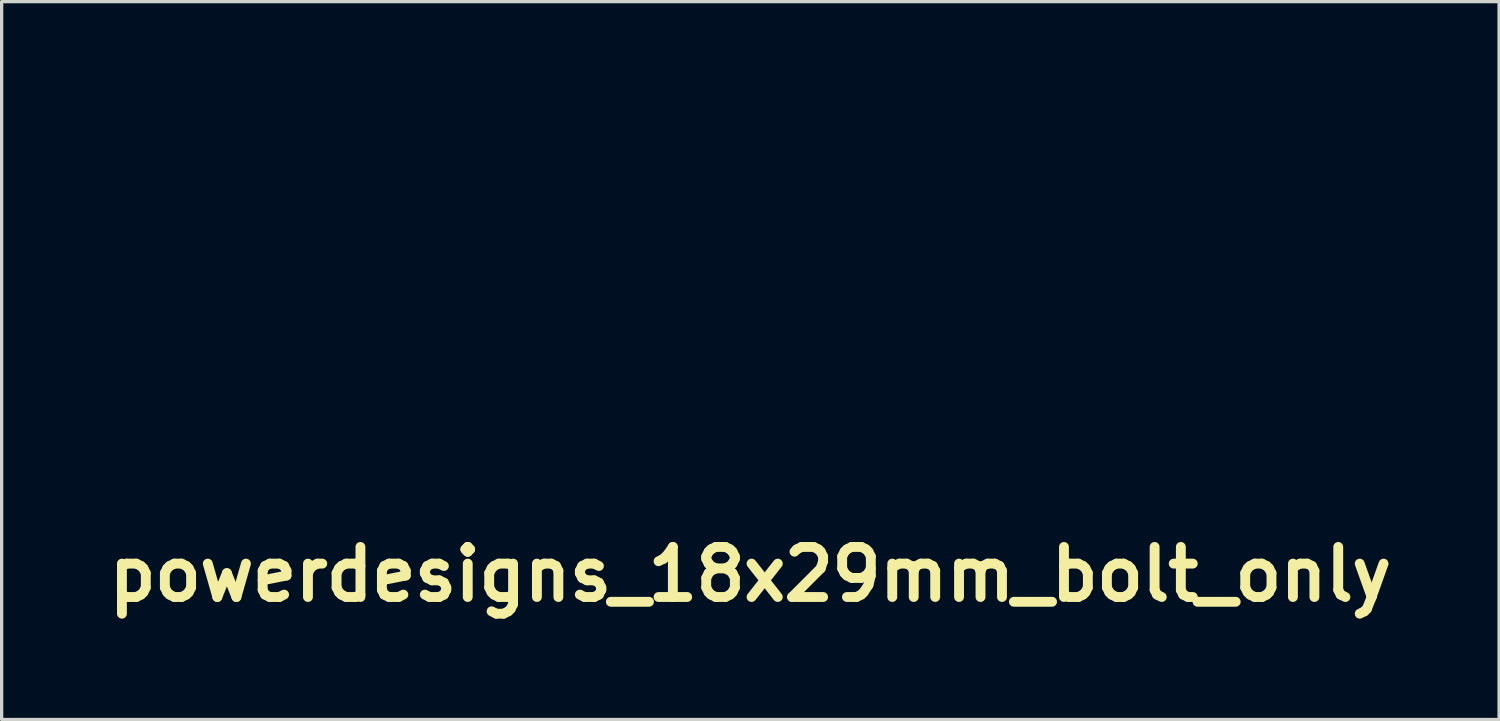
<source format=kicad_pcb>
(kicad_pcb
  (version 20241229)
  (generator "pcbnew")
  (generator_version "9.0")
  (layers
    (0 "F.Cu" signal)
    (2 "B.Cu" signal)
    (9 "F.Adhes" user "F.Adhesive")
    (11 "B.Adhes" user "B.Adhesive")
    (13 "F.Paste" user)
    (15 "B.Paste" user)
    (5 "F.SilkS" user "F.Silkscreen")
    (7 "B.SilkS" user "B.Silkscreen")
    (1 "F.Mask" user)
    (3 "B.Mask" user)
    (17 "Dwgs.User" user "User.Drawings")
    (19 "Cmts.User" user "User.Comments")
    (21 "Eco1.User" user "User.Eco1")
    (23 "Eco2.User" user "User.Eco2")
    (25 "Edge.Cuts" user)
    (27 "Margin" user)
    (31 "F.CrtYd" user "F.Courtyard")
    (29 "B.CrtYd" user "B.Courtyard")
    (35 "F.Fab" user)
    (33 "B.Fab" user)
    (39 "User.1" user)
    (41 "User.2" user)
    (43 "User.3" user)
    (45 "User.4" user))
  (footprint "powerdesigns_18x29mm_bolt_only"
    (layer "F.Cu")
    (at 19.783 14.427)
    (property "Reference" "powerdesigns_18x29mm_bolt_only" (at 0 0 0) (layer "F.SilkS") (effects (font (size 1.524 1.524) (thickness 0.3))))
    (attr through_hole)
    (fp_poly (pts (xy 3.151 -14.259) (xy 3.209 -14.165) (xy 3.257 -14.079) (xy 3.282 -14.026) (xy 3.284 -14.01) (xy 3.28 -13.984) (xy 3.269 -13.945) (xy 3.248 -13.89) (xy 3.218 -13.816) (xy 3.175 -13.721) (xy 3.12 -13.602) (xy 3.05 -13.455) (xy 2.964 -13.278) (xy 2.861 -13.068) (xy 2.74 -12.821) (xy 2.598 -12.536) (xy 2.435 -12.208) (xy 2.249 -11.836) (xy 2.064 -11.465) (xy 1.889 -11.115) (xy 1.721 -10.779) (xy 1.562 -10.461) (xy 1.414 -10.164) (xy 1.279 -9.892) (xy 1.157 -9.648) (xy 1.052 -9.436) (xy 0.964 -9.258) (xy 0.895 -9.119) (xy 0.847 -9.021) (xy 0.822 -8.969) (xy 0.818 -8.961) (xy 0.846 -8.958) (xy 0.925 -8.956) (xy 1.051 -8.954) (xy 1.219 -8.952) (xy 1.424 -8.95) (xy 1.662 -8.949) (xy 1.927 -8.947) (xy 2.215 -8.947) (xy 2.522 -8.946) (xy 2.57 -8.946) (xy 4.322 -8.946) (xy 4.434 -8.706) (xy 4.486 -8.593) (xy 4.517 -8.52) (xy 4.528 -8.472) (xy 4.522 -8.439) (xy 4.501 -8.408) (xy 4.496 -8.401) (xy 4.47 -8.371) (xy 4.41 -8.3) (xy 4.319 -8.194) (xy 4.2 -8.054) (xy 4.055 -7.885) (xy 3.887 -7.69) (xy 3.699 -7.472) (xy 3.495 -7.234) (xy 3.276 -6.979) (xy 3.046 -6.712) (xy 2.916 -6.561) (xy 2.676 -6.282) (xy 2.405 -5.967) (xy 2.107 -5.621) (xy 1.788 -5.25) (xy 1.454 -4.861) (xy 1.108 -4.459) (xy 0.757 -4.05) (xy 0.405 -3.641) (xy 0.058 -3.238) (xy -0.279 -2.846) (xy -0.6 -2.472) (xy -0.711 -2.343) (xy -0.986 -2.023) (xy -1.251 -1.715) (xy -1.504 -1.423) (xy -1.743 -1.147) (xy -1.965 -0.892) (xy -2.167 -0.66) (xy -2.348 -0.454) (xy -2.505 -0.276) (xy -2.636 -0.128) (xy -2.737 -0.015) (xy -2.808 0.062) (xy -2.846 0.1) (xy -2.851 0.103) (xy -2.892 0.092) (xy -2.968 0.057) (xy -3.066 0.004) (xy -3.119 -0.026) (xy -3.216 -0.087) (xy -3.292 -0.14) (xy -3.334 -0.176) (xy -3.34 -0.186) (xy -3.331 -0.216) (xy -3.306 -0.296) (xy -3.265 -0.423) (xy -3.211 -0.594) (xy -3.144 -0.805) (xy -3.065 -1.052) (xy -2.975 -1.334) (xy -2.875 -1.645) (xy -2.767 -1.983) (xy -2.651 -2.345) (xy -2.528 -2.727) (xy -2.4 -3.125) (xy -2.331 -3.341) (xy -2.201 -3.747) (xy -2.075 -4.138) (xy -1.956 -4.511) (xy -1.844 -4.863) (xy -1.74 -5.19) (xy -1.645 -5.489) (xy -1.56 -5.756) (xy -1.487 -5.988) (xy -1.426 -6.182) (xy -1.379 -6.334) (xy -1.346 -6.441) (xy -1.329 -6.499) (xy -1.326 -6.509) (xy -1.334 -6.517) (xy -1.359 -6.525) (xy -1.407 -6.531) (xy -1.481 -6.536) (xy -1.585 -6.54) (xy -1.723 -6.543) (xy -1.901 -6.546) (xy -2.121 -6.547) (xy -2.389 -6.548) (xy -2.708 -6.549) (xy -2.787 -6.549) (xy -4.247 -6.55) (xy -4.515 -6.941) (xy -4.433 -7.161) (xy -3.782 -7.161) (xy -3.755 -7.157) (xy -3.676 -7.153) (xy -3.552 -7.15) (xy -3.387 -7.147) (xy -3.186 -7.144) (xy -2.956 -7.142) (xy -2.701 -7.14) (xy -2.426 -7.14) (xy -2.335 -7.139) (xy -0.889 -7.139) (xy -0.765 -6.964) (xy -0.703 -6.874) (xy -0.656 -6.798) (xy -0.631 -6.75) (xy -0.63 -6.746) (xy -0.637 -6.714) (xy -0.66 -6.631) (xy -0.698 -6.503) (xy -0.75 -6.331) (xy -0.815 -6.121) (xy -0.891 -5.877) (xy -0.978 -5.601) (xy -1.073 -5.297) (xy -1.177 -4.97) (xy -1.288 -4.623) (xy -1.404 -4.259) (xy -1.449 -4.12) (xy -1.591 -3.675) (xy -1.718 -3.281) (xy -1.829 -2.934) (xy -1.926 -2.633) (xy -2.01 -2.372) (xy -2.081 -2.151) (xy -2.14 -1.965) (xy -2.189 -1.812) (xy -2.228 -1.689) (xy -2.258 -1.592) (xy -2.281 -1.519) (xy -2.297 -1.466) (xy -2.307 -1.431) (xy -2.311 -1.411) (xy -2.312 -1.403) (xy -2.31 -1.403) (xy -2.306 -1.408) (xy -2.3 -1.416) (xy -2.294 -1.424) (xy -2.293 -1.425) (xy -2.271 -1.45) (xy -2.215 -1.515) (xy -2.127 -1.617) (xy -2.009 -1.753) (xy -1.865 -1.922) (xy -1.695 -2.119) (xy -1.503 -2.342) (xy -1.291 -2.588) (xy -1.062 -2.855) (xy -0.818 -3.139) (xy -0.56 -3.439) (xy -0.293 -3.75) (xy -0.266 -3.782) (xy 0.027 -4.122) (xy 0.326 -4.47) (xy 0.627 -4.821) (xy 0.926 -5.169) (xy 1.219 -5.51) (xy 1.502 -5.84) (xy 1.771 -6.153) (xy 2.021 -6.444) (xy 2.249 -6.709) (xy 2.45 -6.943) (xy 2.621 -7.141) (xy 2.687 -7.219) (xy 2.871 -7.433) (xy 3.043 -7.633) (xy 3.2 -7.817) (xy 3.338 -7.979) (xy 3.455 -8.117) (xy 3.546 -8.225) (xy 3.608 -8.299) (xy 3.638 -8.337) (xy 3.641 -8.341) (xy 3.613 -8.343) (xy 3.534 -8.345) (xy 3.409 -8.347) (xy 3.242 -8.349) (xy 3.038 -8.351) (xy 2.802 -8.352) (xy 2.54 -8.353) (xy 2.255 -8.354) (xy 1.983 -8.354) (xy 0.325 -8.354) (xy 0.049 -8.791) (xy 1.295 -11.282) (xy 1.47 -11.632) (xy 1.638 -11.969) (xy 1.796 -12.288) (xy 1.944 -12.585) (xy 2.08 -12.859) (xy 2.201 -13.104) (xy 2.307 -13.318) (xy 2.395 -13.497) (xy 2.464 -13.638) (xy 2.511 -13.738) (xy 2.536 -13.792) (xy 2.54 -13.801) (xy 2.512 -13.807) (xy 2.428 -13.812) (xy 2.289 -13.817) (xy 2.095 -13.821) (xy 1.848 -13.824) (xy 1.547 -13.827) (xy 1.194 -13.828) (xy 0.788 -13.829) (xy 0.627 -13.829) (xy -1.287 -13.829) (xy -2.535 -10.506) (xy -2.69 -10.091) (xy -2.84 -9.691) (xy -2.984 -9.308) (xy -3.119 -8.947) (xy -3.245 -8.609) (xy -3.361 -8.299) (xy -3.465 -8.02) (xy -3.557 -7.774) (xy -3.634 -7.565) (xy -3.697 -7.396) (xy -3.743 -7.271) (xy -3.772 -7.191) (xy -3.782 -7.161) (xy -3.782 -7.161) (xy -4.433 -7.161) (xy -3.151 -10.574) (xy -1.787 -14.208) (xy -1.51 -14.421) (xy 0.768 -14.421) (xy 3.046 -14.422) (xy 3.151 -14.259)) (stroke (width 0.01) (type solid)) (fill yes) (layer "F.Mask")))
  (gr_rect
    (start -3 -3)
    (end 42.566 18.845)
    (stroke (width 0.1) (type default))
    (fill no)
    (layer "Edge.Cuts")))
</source>
